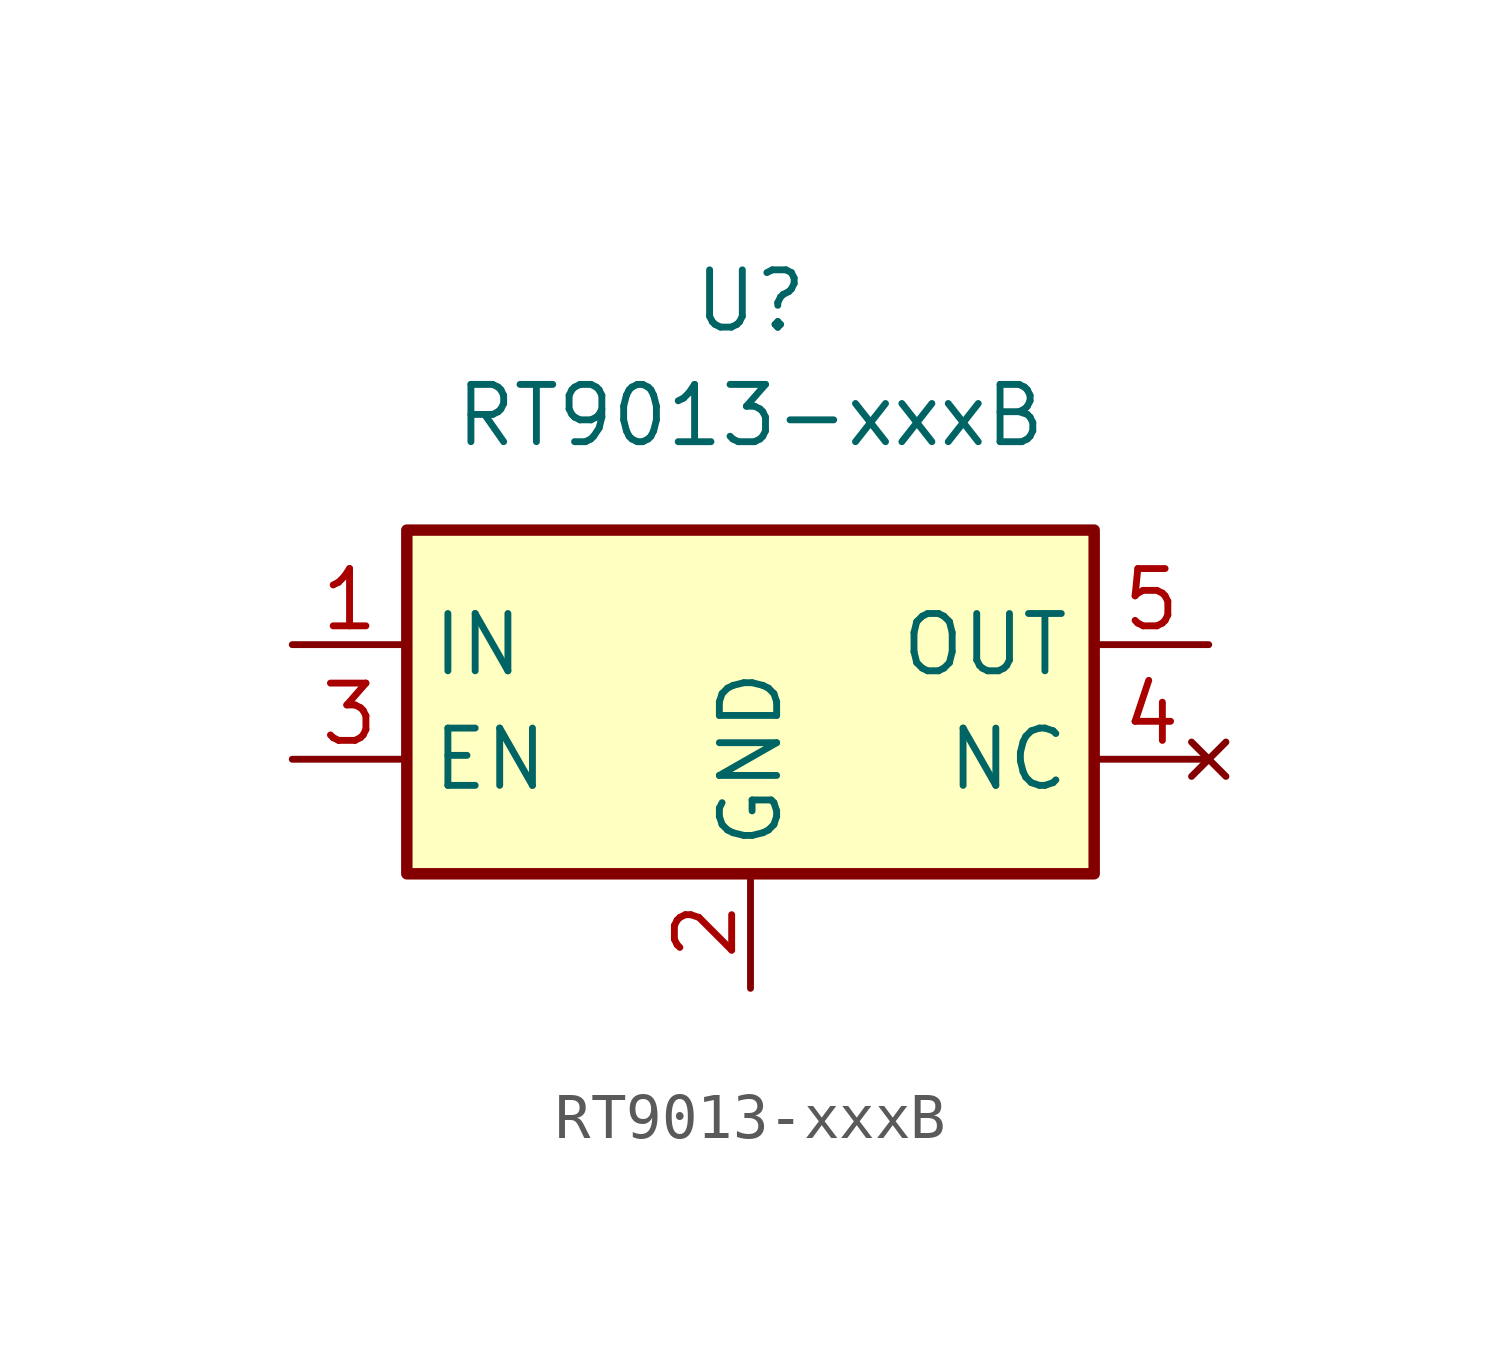
<source format=kicad_sym>
(kicad_symbol_lib
  (version 20231120)
  (generator "kicad_symbol_editor")
  (generator_version "8.0")
  (symbol "RT9013-xxxB"
    (property "Reference" "U"
      (at 0 8.89 0)
      (effects (font (size 1.27 1.27))))
    (property "Value" "RT9013-xxxB"
      (at 0 6.35 0)
      (effects (font (size 1.27 1.27))))
    (symbol "RT9013-xxxB_1_0"
      (rectangle (start -7.62 3.81) (end 7.62 -3.81) (stroke (width 0.254) (type default)) (fill (type background))))
    (symbol "RT9013-xxxB_1_1"
      (pin power_in line (at -10.16 1.27 0) (length 2.54) (name "IN" (effects (font (size 1.27 1.27)))) (number "1" (effects (font (size 1.27 1.27)))))
      (pin power_in line (at 0 -6.35 90) (length 2.54) (name "GND" (effects (font (size 1.27 1.27)))) (number "2" (effects (font (size 1.27 1.27)))))
      (pin input line (at -10.16 -1.27 0) (length 2.54) (name "EN" (effects (font (size 1.27 1.27)))) (number "3" (effects (font (size 1.27 1.27)))))
      (pin no_connect line (at 10.16 -1.27 180) (length 2.54) (name "NC" (effects (font (size 1.27 1.27)))) (number "4" (effects (font (size 1.27 1.27)))))
      (pin power_out line (at 10.16 1.27 180) (length 2.54) (name "OUT" (effects (font (size 1.27 1.27)))) (number "5" (effects (font (size 1.27 1.27))))))))
</source>
